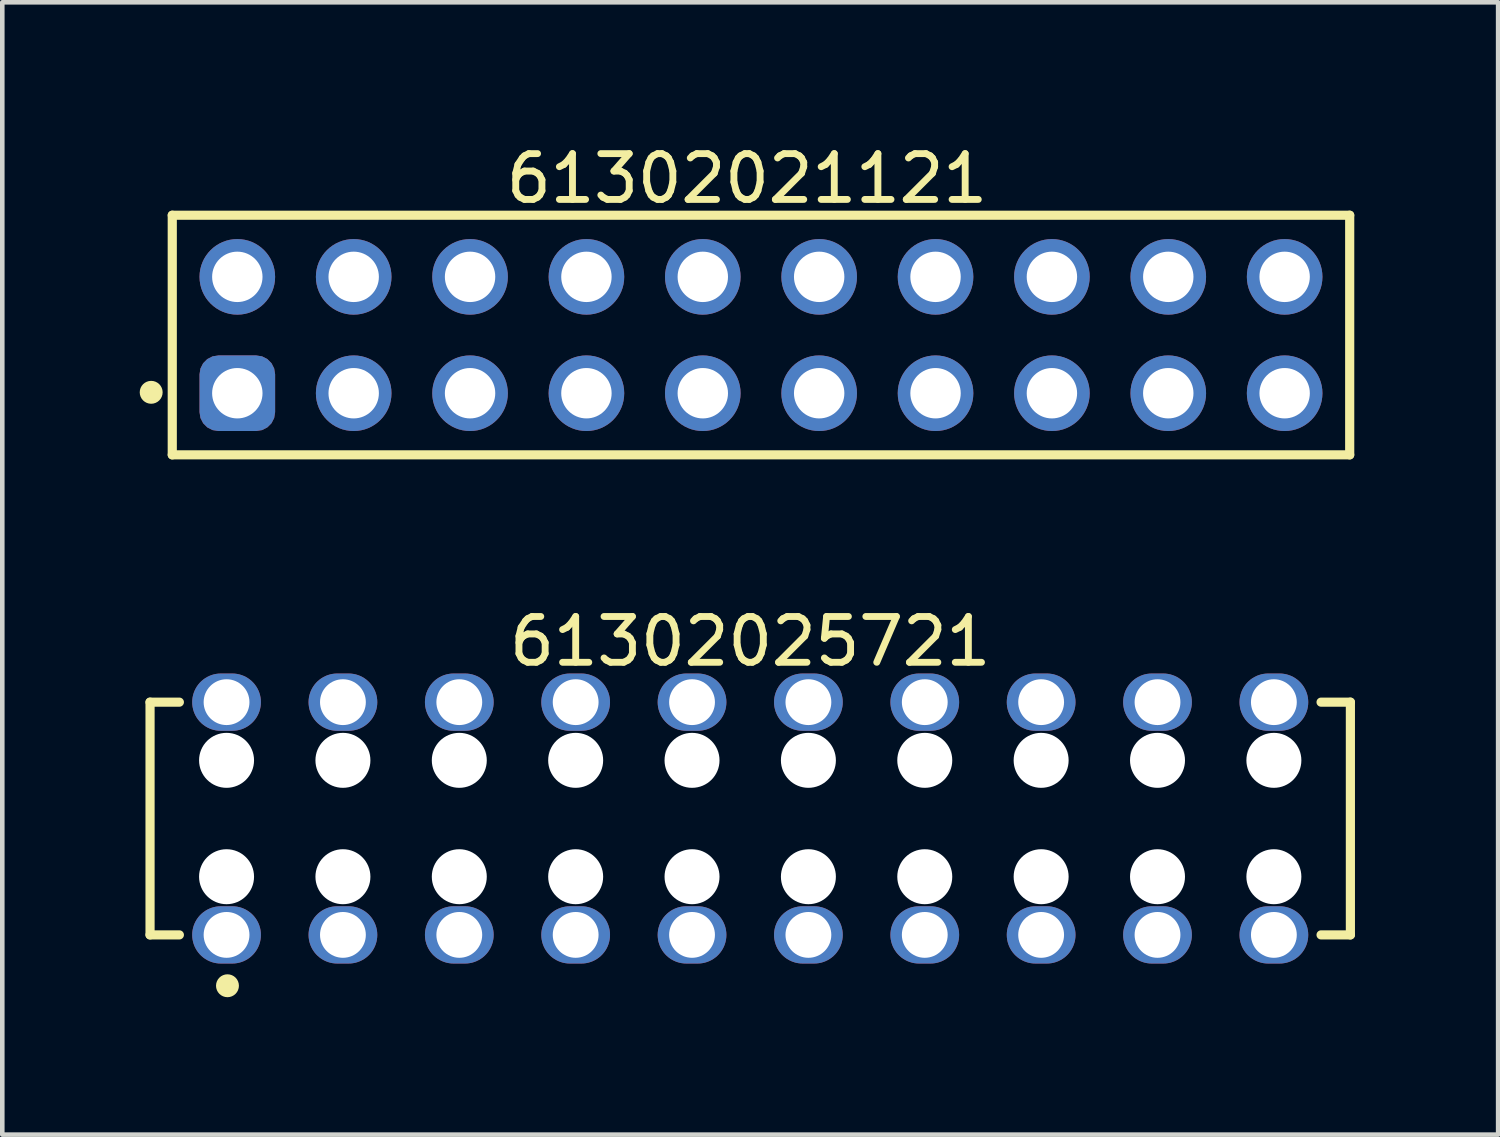
<source format=kicad_pcb>
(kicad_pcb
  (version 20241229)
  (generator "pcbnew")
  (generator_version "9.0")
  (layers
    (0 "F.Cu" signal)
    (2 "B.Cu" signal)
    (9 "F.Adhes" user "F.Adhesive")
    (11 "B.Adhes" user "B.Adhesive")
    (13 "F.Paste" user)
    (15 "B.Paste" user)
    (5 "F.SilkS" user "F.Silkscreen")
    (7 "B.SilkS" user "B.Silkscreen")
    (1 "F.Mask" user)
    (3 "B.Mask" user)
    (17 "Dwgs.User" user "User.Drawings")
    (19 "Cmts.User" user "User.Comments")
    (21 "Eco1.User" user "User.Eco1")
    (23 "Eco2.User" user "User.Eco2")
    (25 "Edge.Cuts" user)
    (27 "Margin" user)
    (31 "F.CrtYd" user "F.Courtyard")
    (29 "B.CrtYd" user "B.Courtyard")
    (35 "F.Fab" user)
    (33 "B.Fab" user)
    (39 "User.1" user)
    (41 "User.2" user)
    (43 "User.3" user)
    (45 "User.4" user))
  (footprint "61302021121"
    (layer "F.Cu")
    (at 13.56 4.263)
    (property "Reference" "61302021121" (at -0.305 -3.415 0) (layer "F.SilkS") (effects (font (size 1 1) (thickness 0.15))))
    (fp_line (start -12.85 -2.615) (end 12.85 -2.615) (stroke (width 0.2) (type solid)) (layer "F.SilkS"))
    (fp_line (start -12.85 2.615) (end -12.85 -2.615) (stroke (width 0.2) (type solid)) (layer "F.SilkS"))
    (fp_line (start -12.85 2.615) (end 12.85 2.615) (stroke (width 0.2) (type solid)) (layer "F.SilkS"))
    (fp_line (start 12.85 2.615) (end 12.85 -2.615) (stroke (width 0.2) (type solid)) (layer "F.SilkS"))
    (fp_circle (center -13.31 1.25) (end -13.31 1.125) (stroke (width 0.25) (type solid)) (fill no) (layer "F.SilkS"))
    (fp_line (start -13.05 -2.815) (end 13.05 -2.815) (stroke (width 0.05) (type solid)) (layer "Eco2.User"))
    (fp_line (start -13.05 2.815) (end -13.05 -2.815) (stroke (width 0.05) (type solid)) (layer "Eco2.User"))
    (fp_line (start -13.05 2.815) (end 13.05 2.815) (stroke (width 0.05) (type solid)) (layer "Eco2.User"))
    (fp_line (start -12.7 -2.54) (end 12.7 -2.54) (stroke (width 0.1) (type solid)) (layer "Eco2.User"))
    (fp_line (start -12.7 2.54) (end -12.7 -2.54) (stroke (width 0.1) (type solid)) (layer "Eco2.User"))
    (fp_line (start -12.7 2.54) (end 12.7 2.54) (stroke (width 0.1) (type solid)) (layer "Eco2.User"))
    (fp_line (start -0.5 0) (end 0.5 0) (stroke (width 0.05) (type solid)) (layer "Eco2.User"))
    (fp_line (start 0 0.5) (end 0 -0.5) (stroke (width 0.05) (type solid)) (layer "Eco2.User"))
    (fp_line (start 12.7 2.54) (end 12.7 -2.54) (stroke (width 0.1) (type solid)) (layer "Eco2.User"))
    (fp_line (start 13.05 2.815) (end 13.05 -2.815) (stroke (width 0.05) (type solid)) (layer "Eco2.User"))
    (fp_text user "${REFERENCE}" (at 0.15 -0.197 0) (unlocked yes) (layer "User.3") (effects (font (size 1.5 1.5) (thickness 0.15))))
    (pad "1" thru_hole roundrect (at -11.43 1.27) (size 1.65 1.65) (drill 1.1) (layers "*.Cu" "*.Mask") (roundrect_rratio 0.25))
    (pad "2" thru_hole circle (at -11.43 -1.27) (size 1.65 1.65) (drill 1.1) (layers "*.Cu" "*.Mask"))
    (pad "3" thru_hole circle (at -8.89 1.27) (size 1.65 1.65) (drill 1.1) (layers "*.Cu" "*.Mask"))
    (pad "4" thru_hole circle (at -8.89 -1.27) (size 1.65 1.65) (drill 1.1) (layers "*.Cu" "*.Mask"))
    (pad "5" thru_hole circle (at -6.35 1.27) (size 1.65 1.65) (drill 1.1) (layers "*.Cu" "*.Mask"))
    (pad "6" thru_hole circle (at -6.35 -1.27) (size 1.65 1.65) (drill 1.1) (layers "*.Cu" "*.Mask"))
    (pad "7" thru_hole circle (at -3.81 1.27) (size 1.65 1.65) (drill 1.1) (layers "*.Cu" "*.Mask"))
    (pad "8" thru_hole circle (at -3.81 -1.27) (size 1.65 1.65) (drill 1.1) (layers "*.Cu" "*.Mask"))
    (pad "9" thru_hole circle (at -1.27 1.27) (size 1.65 1.65) (drill 1.1) (layers "*.Cu" "*.Mask"))
    (pad "10" thru_hole circle (at -1.27 -1.27) (size 1.65 1.65) (drill 1.1) (layers "*.Cu" "*.Mask"))
    (pad "11" thru_hole circle (at 1.27 1.27) (size 1.65 1.65) (drill 1.1) (layers "*.Cu" "*.Mask"))
    (pad "12" thru_hole circle (at 1.27 -1.27) (size 1.65 1.65) (drill 1.1) (layers "*.Cu" "*.Mask"))
    (pad "13" thru_hole circle (at 3.81 1.27) (size 1.65 1.65) (drill 1.1) (layers "*.Cu" "*.Mask"))
    (pad "14" thru_hole circle (at 3.81 -1.27) (size 1.65 1.65) (drill 1.1) (layers "*.Cu" "*.Mask"))
    (pad "15" thru_hole circle (at 6.35 1.27) (size 1.65 1.65) (drill 1.1) (layers "*.Cu" "*.Mask"))
    (pad "16" thru_hole circle (at 6.35 -1.27) (size 1.65 1.65) (drill 1.1) (layers "*.Cu" "*.Mask"))
    (pad "17" thru_hole circle (at 8.89 1.27) (size 1.65 1.65) (drill 1.1) (layers "*.Cu" "*.Mask"))
    (pad "18" thru_hole circle (at 8.89 -1.27) (size 1.65 1.65) (drill 1.1) (layers "*.Cu" "*.Mask"))
    (pad "19" thru_hole circle (at 11.43 1.27) (size 1.65 1.65) (drill 1.1) (layers "*.Cu" "*.Mask"))
    (pad "20" thru_hole circle (at 11.43 -1.27) (size 1.65 1.65) (drill 1.1) (layers "*.Cu" "*.Mask")))
  (footprint "61302025721"
    (layer "F.Cu")
    (at 13.325 14.816)
    (property "Reference" "61302025721" (at 0 -3.865 0) (layer "F.SilkS") (effects (font (size 1 1) (thickness 0.15))))
    (fp_line (start -13.1 -2.54) (end -12.46 -2.54) (stroke (width 0.2) (type solid)) (layer "F.SilkS"))
    (fp_line (start -13.1 2.54) (end -13.1 -2.54) (stroke (width 0.2) (type solid)) (layer "F.SilkS"))
    (fp_line (start -13.1 2.54) (end -12.46 2.54) (stroke (width 0.2) (type solid)) (layer "F.SilkS"))
    (fp_line (start 12.46 -2.54) (end 13.1 -2.54) (stroke (width 0.2) (type solid)) (layer "F.SilkS"))
    (fp_line (start 12.46 2.54) (end 13.1 2.54) (stroke (width 0.2) (type solid)) (layer "F.SilkS"))
    (fp_line (start 13.1 2.54) (end 13.1 -2.54) (stroke (width 0.2) (type solid)) (layer "F.SilkS"))
    (fp_circle (center -11.41 3.65) (end -11.41 3.525) (stroke (width 0.25) (type solid)) (fill no) (layer "F.SilkS"))
    (fp_line (start -13.3 -3.365) (end 13.3 -3.365) (stroke (width 0.05) (type solid)) (layer "Eco2.User"))
    (fp_line (start -13.3 3.365) (end -13.3 -3.365) (stroke (width 0.05) (type solid)) (layer "Eco2.User"))
    (fp_line (start -13.3 3.365) (end 13.3 3.365) (stroke (width 0.05) (type solid)) (layer "Eco2.User"))
    (fp_line (start -13 -2.54) (end 13 -2.54) (stroke (width 0.1) (type solid)) (layer "Eco2.User"))
    (fp_line (start -13 2.54) (end -13 -2.54) (stroke (width 0.1) (type solid)) (layer "Eco2.User"))
    (fp_line (start -13 2.54) (end 13 2.54) (stroke (width 0.1) (type solid)) (layer "Eco2.User"))
    (fp_line (start -0.5 0) (end 0.5 0) (stroke (width 0.05) (type solid)) (layer "Eco2.User"))
    (fp_line (start 0 0.5) (end 0 -0.5) (stroke (width 0.05) (type solid)) (layer "Eco2.User"))
    (fp_line (start 13 2.54) (end 13 -2.54) (stroke (width 0.1) (type solid)) (layer "Eco2.User"))
    (fp_line (start 13.3 3.365) (end 13.3 -3.365) (stroke (width 0.05) (type solid)) (layer "Eco2.User"))
    (fp_text user "${REFERENCE}" (at 0.15 -0.197 0) (unlocked yes) (layer "User.3") (effects (font (size 1.5 1.5) (thickness 0.15))))
    (pad "" np_thru_hole circle (at -11.43 -1.27) (size 1.2 1.2) (drill 1.2) (layers "*.Cu" "*.Mask"))
    (pad "" np_thru_hole circle (at -11.43 1.27) (size 1.2 1.2) (drill 1.2) (layers "*.Cu" "*.Mask"))
    (pad "" np_thru_hole circle (at -8.89 -1.27) (size 1.2 1.2) (drill 1.2) (layers "*.Cu" "*.Mask"))
    (pad "" np_thru_hole circle (at -8.89 1.27) (size 1.2 1.2) (drill 1.2) (layers "*.Cu" "*.Mask"))
    (pad "" np_thru_hole circle (at -6.35 -1.27) (size 1.2 1.2) (drill 1.2) (layers "*.Cu" "*.Mask"))
    (pad "" np_thru_hole circle (at -6.35 1.27) (size 1.2 1.2) (drill 1.2) (layers "*.Cu" "*.Mask"))
    (pad "" np_thru_hole circle (at -3.81 -1.27) (size 1.2 1.2) (drill 1.2) (layers "*.Cu" "*.Mask"))
    (pad "" np_thru_hole circle (at -3.81 1.27) (size 1.2 1.2) (drill 1.2) (layers "*.Cu" "*.Mask"))
    (pad "" np_thru_hole circle (at -1.27 -1.27) (size 1.2 1.2) (drill 1.2) (layers "*.Cu" "*.Mask"))
    (pad "" np_thru_hole circle (at -1.27 1.27) (size 1.2 1.2) (drill 1.2) (layers "*.Cu" "*.Mask"))
    (pad "" np_thru_hole circle (at 1.27 -1.27) (size 1.2 1.2) (drill 1.2) (layers "*.Cu" "*.Mask"))
    (pad "" np_thru_hole circle (at 1.27 1.27) (size 1.2 1.2) (drill 1.2) (layers "*.Cu" "*.Mask"))
    (pad "" np_thru_hole circle (at 3.81 -1.27) (size 1.2 1.2) (drill 1.2) (layers "*.Cu" "*.Mask"))
    (pad "" np_thru_hole circle (at 3.81 1.27) (size 1.2 1.2) (drill 1.2) (layers "*.Cu" "*.Mask"))
    (pad "" np_thru_hole circle (at 6.35 -1.27) (size 1.2 1.2) (drill 1.2) (layers "*.Cu" "*.Mask"))
    (pad "" np_thru_hole circle (at 6.35 1.27) (size 1.2 1.2) (drill 1.2) (layers "*.Cu" "*.Mask"))
    (pad "" np_thru_hole circle (at 8.89 -1.27) (size 1.2 1.2) (drill 1.2) (layers "*.Cu" "*.Mask"))
    (pad "" np_thru_hole circle (at 8.89 1.27) (size 1.2 1.2) (drill 1.2) (layers "*.Cu" "*.Mask"))
    (pad "" np_thru_hole circle (at 11.43 -1.27) (size 1.2 1.2) (drill 1.2) (layers "*.Cu" "*.Mask"))
    (pad "" np_thru_hole circle (at 11.43 1.27) (size 1.2 1.2) (drill 1.2) (layers "*.Cu" "*.Mask"))
    (pad "1" thru_hole oval (at -11.43 2.54) (size 1.5 1.25) (drill 1) (layers "*.Cu" "*.Mask"))
    (pad "2" thru_hole oval (at -11.43 -2.54) (size 1.5 1.25) (drill 1) (layers "*.Cu" "*.Mask"))
    (pad "3" thru_hole oval (at -8.89 2.54) (size 1.5 1.25) (drill 1) (layers "*.Cu" "*.Mask"))
    (pad "4" thru_hole oval (at -8.89 -2.54) (size 1.5 1.25) (drill 1) (layers "*.Cu" "*.Mask"))
    (pad "5" thru_hole oval (at -6.35 2.54) (size 1.5 1.25) (drill 1) (layers "*.Cu" "*.Mask"))
    (pad "6" thru_hole oval (at -6.35 -2.54) (size 1.5 1.25) (drill 1) (layers "*.Cu" "*.Mask"))
    (pad "7" thru_hole oval (at -3.81 2.54) (size 1.5 1.25) (drill 1) (layers "*.Cu" "*.Mask"))
    (pad "8" thru_hole oval (at -3.81 -2.54) (size 1.5 1.25) (drill 1) (layers "*.Cu" "*.Mask"))
    (pad "9" thru_hole oval (at -1.27 2.54) (size 1.5 1.25) (drill 1) (layers "*.Cu" "*.Mask"))
    (pad "10" thru_hole oval (at -1.27 -2.54) (size 1.5 1.25) (drill 1) (layers "*.Cu" "*.Mask"))
    (pad "11" thru_hole oval (at 1.27 2.54) (size 1.5 1.25) (drill 1) (layers "*.Cu" "*.Mask"))
    (pad "12" thru_hole oval (at 1.27 -2.54) (size 1.5 1.25) (drill 1) (layers "*.Cu" "*.Mask"))
    (pad "13" thru_hole oval (at 3.81 2.54) (size 1.5 1.25) (drill 1) (layers "*.Cu" "*.Mask"))
    (pad "14" thru_hole oval (at 3.81 -2.54) (size 1.5 1.25) (drill 1) (layers "*.Cu" "*.Mask"))
    (pad "15" thru_hole oval (at 6.35 2.54) (size 1.5 1.25) (drill 1) (layers "*.Cu" "*.Mask"))
    (pad "16" thru_hole oval (at 6.35 -2.54) (size 1.5 1.25) (drill 1) (layers "*.Cu" "*.Mask"))
    (pad "17" thru_hole oval (at 8.89 2.54) (size 1.5 1.25) (drill 1) (layers "*.Cu" "*.Mask"))
    (pad "18" thru_hole oval (at 8.89 -2.54) (size 1.5 1.25) (drill 1) (layers "*.Cu" "*.Mask"))
    (pad "19" thru_hole oval (at 11.43 2.54) (size 1.5 1.25) (drill 1) (layers "*.Cu" "*.Mask"))
    (pad "20" thru_hole oval (at 11.43 -2.54) (size 1.5 1.25) (drill 1) (layers "*.Cu" "*.Mask")))
  (gr_rect
    (start -3 -3)
    (end 29.65 21.716)
    (stroke (width 0.1) (type default))
    (fill no)
    (layer "Edge.Cuts")))
</source>
